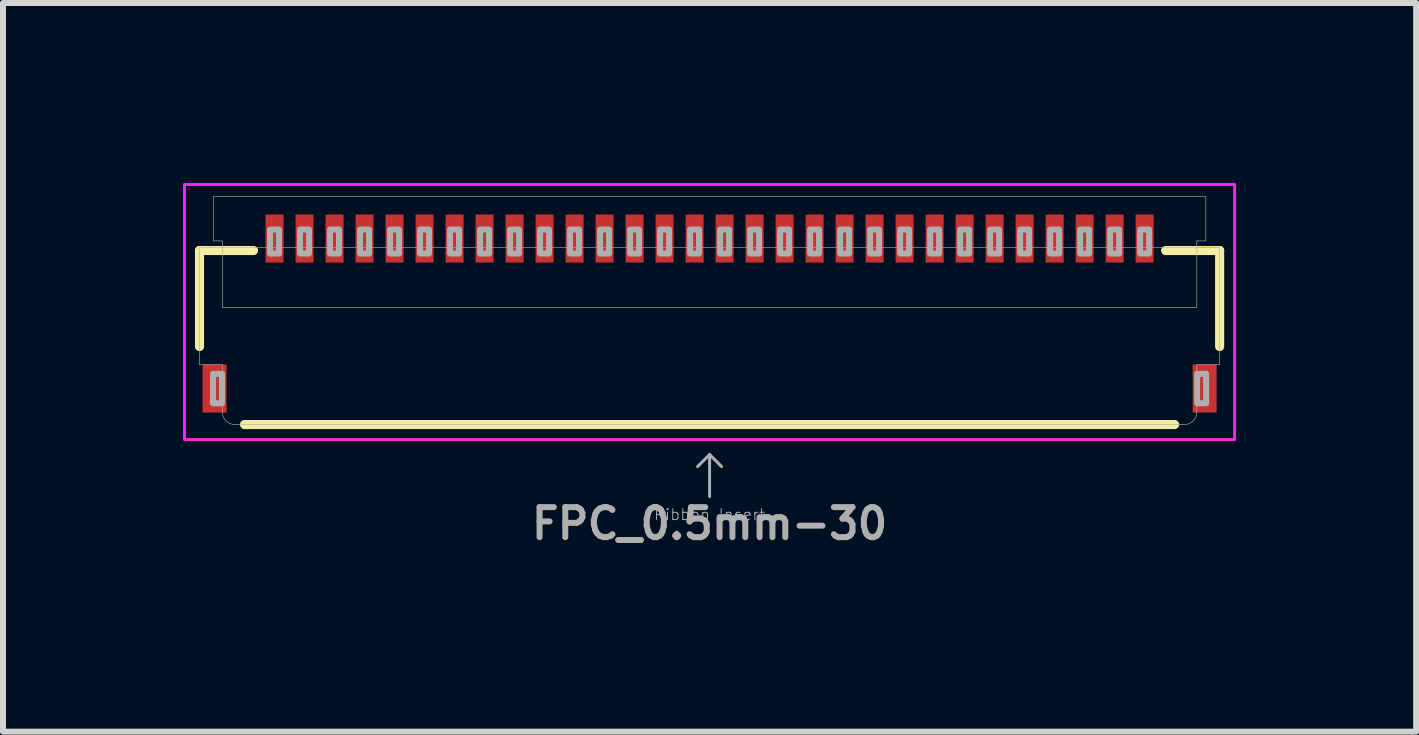
<source format=kicad_pcb>
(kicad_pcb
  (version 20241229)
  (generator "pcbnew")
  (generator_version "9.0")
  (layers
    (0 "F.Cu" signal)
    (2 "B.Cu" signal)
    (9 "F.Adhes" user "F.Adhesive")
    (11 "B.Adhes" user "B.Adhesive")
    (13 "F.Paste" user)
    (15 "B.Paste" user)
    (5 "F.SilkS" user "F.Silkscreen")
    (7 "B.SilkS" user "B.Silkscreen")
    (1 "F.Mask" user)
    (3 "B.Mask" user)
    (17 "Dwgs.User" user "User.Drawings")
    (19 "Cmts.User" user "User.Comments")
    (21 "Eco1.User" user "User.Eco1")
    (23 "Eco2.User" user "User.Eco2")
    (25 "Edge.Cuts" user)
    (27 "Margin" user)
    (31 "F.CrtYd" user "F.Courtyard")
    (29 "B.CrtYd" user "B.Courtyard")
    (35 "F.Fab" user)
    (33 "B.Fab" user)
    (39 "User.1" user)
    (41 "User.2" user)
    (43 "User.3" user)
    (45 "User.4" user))
  (footprint "FPC_0.5mm-30"
    (layer "F.Cu")
    (at 8.775 2.275)
    (property "Reference" "FPC_0.5mm-30" (at 0 3.4 0) (layer "F.Fab") (effects (font (size 0.5 0.5) (thickness 0.1) (bold yes))))
    (attr smd)
    (fp_line (start -8.5 -1.15) (end -8.5 0.45) (stroke (width 0.152) (type solid)) (layer "F.SilkS"))
    (fp_line (start -8.5 -1.15) (end -7.6 -1.15) (stroke (width 0.152) (type solid)) (layer "F.SilkS"))
    (fp_line (start -7.75 1.75) (end 7.75 1.75) (stroke (width 0.152) (type solid)) (layer "F.SilkS"))
    (fp_line (start 8.5 -1.15) (end 7.6 -1.15) (stroke (width 0.152) (type solid)) (layer "F.SilkS"))
    (fp_line (start 8.5 -1.15) (end 8.5 0.45) (stroke (width 0.152) (type solid)) (layer "F.SilkS"))
    (fp_poly (pts (xy -7.375 -1.025) (xy -7.125 -1.025) (xy -7.125 -1.675) (xy -7.375 -1.675)) (stroke (width 0) (type default)) (fill yes) (layer "F.Paste"))
    (fp_poly (pts (xy -6.875 -1.025) (xy -6.625 -1.025) (xy -6.625 -1.675) (xy -6.875 -1.675)) (stroke (width 0) (type default)) (fill yes) (layer "F.Paste"))
    (fp_poly (pts (xy -6.375 -1.025) (xy -6.125 -1.025) (xy -6.125 -1.675) (xy -6.375 -1.675)) (stroke (width 0) (type default)) (fill yes) (layer "F.Paste"))
    (fp_poly (pts (xy -5.875 -1.025) (xy -5.625 -1.025) (xy -5.625 -1.675) (xy -5.875 -1.675)) (stroke (width 0) (type default)) (fill yes) (layer "F.Paste"))
    (fp_poly (pts (xy -5.375 -1.025) (xy -5.125 -1.025) (xy -5.125 -1.675) (xy -5.375 -1.675)) (stroke (width 0) (type default)) (fill yes) (layer "F.Paste"))
    (fp_poly (pts (xy -4.875 -1.025) (xy -4.625 -1.025) (xy -4.625 -1.675) (xy -4.875 -1.675)) (stroke (width 0) (type default)) (fill yes) (layer "F.Paste"))
    (fp_poly (pts (xy -4.375 -1.025) (xy -4.125 -1.025) (xy -4.125 -1.675) (xy -4.375 -1.675)) (stroke (width 0) (type default)) (fill yes) (layer "F.Paste"))
    (fp_poly (pts (xy -3.875 -1.025) (xy -3.625 -1.025) (xy -3.625 -1.675) (xy -3.875 -1.675)) (stroke (width 0) (type default)) (fill yes) (layer "F.Paste"))
    (fp_poly (pts (xy -3.375 -1.025) (xy -3.125 -1.025) (xy -3.125 -1.675) (xy -3.375 -1.675)) (stroke (width 0) (type default)) (fill yes) (layer "F.Paste"))
    (fp_poly (pts (xy -2.875 -1.025) (xy -2.625 -1.025) (xy -2.625 -1.675) (xy -2.875 -1.675)) (stroke (width 0) (type default)) (fill yes) (layer "F.Paste"))
    (fp_poly (pts (xy -2.375 -1.025) (xy -2.125 -1.025) (xy -2.125 -1.675) (xy -2.375 -1.675)) (stroke (width 0) (type default)) (fill yes) (layer "F.Paste"))
    (fp_poly (pts (xy -1.875 -1.025) (xy -1.625 -1.025) (xy -1.625 -1.675) (xy -1.875 -1.675)) (stroke (width 0) (type default)) (fill yes) (layer "F.Paste"))
    (fp_poly (pts (xy -1.375 -1.025) (xy -1.125 -1.025) (xy -1.125 -1.675) (xy -1.375 -1.675)) (stroke (width 0) (type default)) (fill yes) (layer "F.Paste"))
    (fp_poly (pts (xy -0.875 -1.025) (xy -0.625 -1.025) (xy -0.625 -1.675) (xy -0.875 -1.675)) (stroke (width 0) (type default)) (fill yes) (layer "F.Paste"))
    (fp_poly (pts (xy -0.375 -1.025) (xy -0.125 -1.025) (xy -0.125 -1.675) (xy -0.375 -1.675)) (stroke (width 0) (type default)) (fill yes) (layer "F.Paste"))
    (fp_poly (pts (xy 0.125 -1.025) (xy 0.375 -1.025) (xy 0.375 -1.675) (xy 0.125 -1.675)) (stroke (width 0) (type default)) (fill yes) (layer "F.Paste"))
    (fp_poly (pts (xy 0.625 -1.025) (xy 0.875 -1.025) (xy 0.875 -1.675) (xy 0.625 -1.675)) (stroke (width 0) (type default)) (fill yes) (layer "F.Paste"))
    (fp_poly (pts (xy 1.125 -1.025) (xy 1.375 -1.025) (xy 1.375 -1.675) (xy 1.125 -1.675)) (stroke (width 0) (type default)) (fill yes) (layer "F.Paste"))
    (fp_poly (pts (xy 1.625 -1.025) (xy 1.875 -1.025) (xy 1.875 -1.675) (xy 1.625 -1.675)) (stroke (width 0) (type default)) (fill yes) (layer "F.Paste"))
    (fp_poly (pts (xy 2.125 -1.025) (xy 2.375 -1.025) (xy 2.375 -1.675) (xy 2.125 -1.675)) (stroke (width 0) (type default)) (fill yes) (layer "F.Paste"))
    (fp_poly (pts (xy 2.625 -1.025) (xy 2.875 -1.025) (xy 2.875 -1.675) (xy 2.625 -1.675)) (stroke (width 0) (type default)) (fill yes) (layer "F.Paste"))
    (fp_poly (pts (xy 3.125 -1.025) (xy 3.375 -1.025) (xy 3.375 -1.675) (xy 3.125 -1.675)) (stroke (width 0) (type default)) (fill yes) (layer "F.Paste"))
    (fp_poly (pts (xy 3.625 -1.025) (xy 3.875 -1.025) (xy 3.875 -1.675) (xy 3.625 -1.675)) (stroke (width 0) (type default)) (fill yes) (layer "F.Paste"))
    (fp_poly (pts (xy 4.125 -1.025) (xy 4.375 -1.025) (xy 4.375 -1.675) (xy 4.125 -1.675)) (stroke (width 0) (type default)) (fill yes) (layer "F.Paste"))
    (fp_poly (pts (xy 4.625 -1.025) (xy 4.875 -1.025) (xy 4.875 -1.675) (xy 4.625 -1.675)) (stroke (width 0) (type default)) (fill yes) (layer "F.Paste"))
    (fp_poly (pts (xy 5.125 -1.025) (xy 5.375 -1.025) (xy 5.375 -1.675) (xy 5.125 -1.675)) (stroke (width 0) (type default)) (fill yes) (layer "F.Paste"))
    (fp_poly (pts (xy 5.625 -1.025) (xy 5.875 -1.025) (xy 5.875 -1.675) (xy 5.625 -1.675)) (stroke (width 0) (type default)) (fill yes) (layer "F.Paste"))
    (fp_poly (pts (xy 6.125 -1.025) (xy 6.375 -1.025) (xy 6.375 -1.675) (xy 6.125 -1.675)) (stroke (width 0) (type default)) (fill yes) (layer "F.Paste"))
    (fp_poly (pts (xy 6.625 -1.025) (xy 6.875 -1.025) (xy 6.875 -1.675) (xy 6.625 -1.675)) (stroke (width 0) (type default)) (fill yes) (layer "F.Paste"))
    (fp_poly (pts (xy 7.125 -1.025) (xy 7.375 -1.025) (xy 7.375 -1.675) (xy 7.125 -1.675)) (stroke (width 0) (type default)) (fill yes) (layer "F.Paste"))
    (fp_rect (start -8.75 -2.25) (end 8.75 2) (stroke (width 0.05) (type default)) (fill no) (layer "F.CrtYd"))
    (fp_line (start -8.5 -1.2) (end -8.5 0.75) (stroke (width 0.01) (type solid)) (layer "F.Fab"))
    (fp_line (start -8.5 -1.2) (end -8.12 -1.2) (stroke (width 0.01) (type solid)) (layer "F.Fab"))
    (fp_line (start -8.27 -2.05) (end -8.27 -1.31) (stroke (width 0.01) (type solid)) (layer "F.Fab"))
    (fp_line (start -8.27 -2.05) (end 8.27 -2.05) (stroke (width 0.01) (type solid)) (layer "F.Fab"))
    (fp_line (start -8.12 -1.31) (end -8.27 -1.31) (stroke (width 0.01) (type solid)) (layer "F.Fab"))
    (fp_line (start -8.12 -1.2) (end -8.12 -1.31) (stroke (width 0.01) (type solid)) (layer "F.Fab"))
    (fp_line (start -8.12 -1.2) (end 8.5 -1.2) (stroke (width 0.01) (type solid)) (layer "F.Fab"))
    (fp_line (start -8.12 -0.2) (end -8.12 -1.2) (stroke (width 0.01) (type solid)) (layer "F.Fab"))
    (fp_line (start -8.12 -0.2) (end 8.12 -0.2) (stroke (width 0.01) (type solid)) (layer "F.Fab"))
    (fp_line (start -8.12 0.75) (end -8.5 0.75) (stroke (width 0.01) (type solid)) (layer "F.Fab"))
    (fp_line (start -8.12 1.55) (end -8.12 0.75) (stroke (width 0.01) (type solid)) (layer "F.Fab"))
    (fp_line (start 0 2.25) (end -0.2 2.45) (stroke (width 0.05) (type solid)) (layer "F.Fab"))
    (fp_line (start 0 2.25) (end 0.2 2.45) (stroke (width 0.05) (type solid)) (layer "F.Fab"))
    (fp_line (start 0 2.95) (end 0 2.25) (stroke (width 0.05) (type solid)) (layer "F.Fab"))
    (fp_line (start 7.91 1.75) (end -7.91 1.75) (stroke (width 0.01) (type solid)) (layer "F.Fab"))
    (fp_line (start 8.12 -1.31) (end 8.27 -1.31) (stroke (width 0.01) (type solid)) (layer "F.Fab"))
    (fp_line (start 8.12 -1.2) (end 8.12 -1.31) (stroke (width 0.01) (type solid)) (layer "F.Fab"))
    (fp_line (start 8.12 -1.2) (end 8.5 -1.2) (stroke (width 0.01) (type solid)) (layer "F.Fab"))
    (fp_line (start 8.12 -0.2) (end 8.12 -1.2) (stroke (width 0.01) (type solid)) (layer "F.Fab"))
    (fp_line (start 8.12 1.55) (end 8.12 0.75) (stroke (width 0.01) (type solid)) (layer "F.Fab"))
    (fp_line (start 8.27 -1.31) (end 8.27 -2.05) (stroke (width 0.01) (type solid)) (layer "F.Fab"))
    (fp_line (start 8.5 -1.2) (end 8.5 0.75) (stroke (width 0.01) (type solid)) (layer "F.Fab"))
    (fp_line (start 8.5 0.75) (end 8.12 0.75) (stroke (width 0.01) (type solid)) (layer "F.Fab"))
    (fp_arc (start -7.909999 1.749999) (mid -8.05542 1.692442) (end -8.12 1.55) (stroke (width 0.01) (type solid)) (layer "F.Fab"))
    (fp_arc (start 8.12 1.55) (mid 8.055409 1.692423) (end 7.909999 1.749999) (stroke (width 0.01) (type solid)) (layer "F.Fab"))
    (fp_poly (pts (xy -8.275 1.395) (xy -8.125 1.395) (xy -8.125 0.905) (xy -8.275 0.905)) (stroke (width 0.1) (type default)) (fill no) (layer "F.Fab"))
    (fp_poly (pts (xy -7.325 -1.1) (xy -7.175 -1.1) (xy -7.175 -1.5) (xy -7.325 -1.5)) (stroke (width 0.1) (type default)) (fill no) (layer "F.Fab"))
    (fp_poly (pts (xy -6.825 -1.1) (xy -6.675 -1.1) (xy -6.675 -1.5) (xy -6.825 -1.5)) (stroke (width 0.1) (type default)) (fill no) (layer "F.Fab"))
    (fp_poly (pts (xy -6.325 -1.1) (xy -6.175 -1.1) (xy -6.175 -1.5) (xy -6.325 -1.5)) (stroke (width 0.1) (type default)) (fill no) (layer "F.Fab"))
    (fp_poly (pts (xy -5.825 -1.1) (xy -5.675 -1.1) (xy -5.675 -1.5) (xy -5.825 -1.5)) (stroke (width 0.1) (type default)) (fill no) (layer "F.Fab"))
    (fp_poly (pts (xy -5.325 -1.1) (xy -5.175 -1.1) (xy -5.175 -1.5) (xy -5.325 -1.5)) (stroke (width 0.1) (type default)) (fill no) (layer "F.Fab"))
    (fp_poly (pts (xy -4.825 -1.1) (xy -4.675 -1.1) (xy -4.675 -1.5) (xy -4.825 -1.5)) (stroke (width 0.1) (type default)) (fill no) (layer "F.Fab"))
    (fp_poly (pts (xy -4.325 -1.1) (xy -4.175 -1.1) (xy -4.175 -1.5) (xy -4.325 -1.5)) (stroke (width 0.1) (type default)) (fill no) (layer "F.Fab"))
    (fp_poly (pts (xy -3.825 -1.1) (xy -3.675 -1.1) (xy -3.675 -1.5) (xy -3.825 -1.5)) (stroke (width 0.1) (type default)) (fill no) (layer "F.Fab"))
    (fp_poly (pts (xy -3.325 -1.1) (xy -3.175 -1.1) (xy -3.175 -1.5) (xy -3.325 -1.5)) (stroke (width 0.1) (type default)) (fill no) (layer "F.Fab"))
    (fp_poly (pts (xy -2.825 -1.1) (xy -2.675 -1.1) (xy -2.675 -1.5) (xy -2.825 -1.5)) (stroke (width 0.1) (type default)) (fill no) (layer "F.Fab"))
    (fp_poly (pts (xy -2.325 -1.1) (xy -2.175 -1.1) (xy -2.175 -1.5) (xy -2.325 -1.5)) (stroke (width 0.1) (type default)) (fill no) (layer "F.Fab"))
    (fp_poly (pts (xy -1.825 -1.1) (xy -1.675 -1.1) (xy -1.675 -1.5) (xy -1.825 -1.5)) (stroke (width 0.1) (type default)) (fill no) (layer "F.Fab"))
    (fp_poly (pts (xy -1.325 -1.1) (xy -1.175 -1.1) (xy -1.175 -1.5) (xy -1.325 -1.5)) (stroke (width 0.1) (type default)) (fill no) (layer "F.Fab"))
    (fp_poly (pts (xy -0.825 -1.1) (xy -0.675 -1.1) (xy -0.675 -1.5) (xy -0.825 -1.5)) (stroke (width 0.1) (type default)) (fill no) (layer "F.Fab"))
    (fp_poly (pts (xy -0.325 -1.1) (xy -0.175 -1.1) (xy -0.175 -1.5) (xy -0.325 -1.5)) (stroke (width 0.1) (type default)) (fill no) (layer "F.Fab"))
    (fp_poly (pts (xy 0.175 -1.1) (xy 0.325 -1.1) (xy 0.325 -1.5) (xy 0.175 -1.5)) (stroke (width 0.1) (type default)) (fill no) (layer "F.Fab"))
    (fp_poly (pts (xy 0.675 -1.1) (xy 0.825 -1.1) (xy 0.825 -1.5) (xy 0.675 -1.5)) (stroke (width 0.1) (type default)) (fill no) (layer "F.Fab"))
    (fp_poly (pts (xy 1.175 -1.1) (xy 1.325 -1.1) (xy 1.325 -1.5) (xy 1.175 -1.5)) (stroke (width 0.1) (type default)) (fill no) (layer "F.Fab"))
    (fp_poly (pts (xy 1.675 -1.1) (xy 1.825 -1.1) (xy 1.825 -1.5) (xy 1.675 -1.5)) (stroke (width 0.1) (type default)) (fill no) (layer "F.Fab"))
    (fp_poly (pts (xy 2.175 -1.1) (xy 2.325 -1.1) (xy 2.325 -1.5) (xy 2.175 -1.5)) (stroke (width 0.1) (type default)) (fill no) (layer "F.Fab"))
    (fp_poly (pts (xy 2.675 -1.1) (xy 2.825 -1.1) (xy 2.825 -1.5) (xy 2.675 -1.5)) (stroke (width 0.1) (type default)) (fill no) (layer "F.Fab"))
    (fp_poly (pts (xy 3.175 -1.1) (xy 3.325 -1.1) (xy 3.325 -1.5) (xy 3.175 -1.5)) (stroke (width 0.1) (type default)) (fill no) (layer "F.Fab"))
    (fp_poly (pts (xy 3.675 -1.1) (xy 3.825 -1.1) (xy 3.825 -1.5) (xy 3.675 -1.5)) (stroke (width 0.1) (type default)) (fill no) (layer "F.Fab"))
    (fp_poly (pts (xy 4.175 -1.1) (xy 4.325 -1.1) (xy 4.325 -1.5) (xy 4.175 -1.5)) (stroke (width 0.1) (type default)) (fill no) (layer "F.Fab"))
    (fp_poly (pts (xy 4.675 -1.1) (xy 4.825 -1.1) (xy 4.825 -1.5) (xy 4.675 -1.5)) (stroke (width 0.1) (type default)) (fill no) (layer "F.Fab"))
    (fp_poly (pts (xy 5.175 -1.1) (xy 5.325 -1.1) (xy 5.325 -1.5) (xy 5.175 -1.5)) (stroke (width 0.1) (type default)) (fill no) (layer "F.Fab"))
    (fp_poly (pts (xy 5.675 -1.1) (xy 5.825 -1.1) (xy 5.825 -1.5) (xy 5.675 -1.5)) (stroke (width 0.1) (type default)) (fill no) (layer "F.Fab"))
    (fp_poly (pts (xy 6.175 -1.1) (xy 6.325 -1.1) (xy 6.325 -1.5) (xy 6.175 -1.5)) (stroke (width 0.1) (type default)) (fill no) (layer "F.Fab"))
    (fp_poly (pts (xy 6.675 -1.1) (xy 6.825 -1.1) (xy 6.825 -1.5) (xy 6.675 -1.5)) (stroke (width 0.1) (type default)) (fill no) (layer "F.Fab"))
    (fp_poly (pts (xy 7.175 -1.1) (xy 7.325 -1.1) (xy 7.325 -1.5) (xy 7.175 -1.5)) (stroke (width 0.1) (type default)) (fill no) (layer "F.Fab"))
    (fp_poly (pts (xy 8.125 1.395) (xy 8.275 1.395) (xy 8.275 0.905) (xy 8.125 0.905)) (stroke (width 0.1) (type default)) (fill no) (layer "F.Fab"))
    (fp_text user "Ribbon Insert" (at 0 3.25 0) (layer "F.Fab") (effects (font (size 0.184 0.184) (thickness 0.016))))
    (pad "1" smd rect (at -7.25 -1.35) (size 0.3 0.8) (layers "F.Cu" "F.Mask"))
    (pad "2" smd rect (at -6.75 -1.35) (size 0.3 0.8) (layers "F.Cu" "F.Mask"))
    (pad "3" smd rect (at -6.25 -1.35) (size 0.3 0.8) (layers "F.Cu" "F.Mask"))
    (pad "4" smd rect (at -5.75 -1.35) (size 0.3 0.8) (layers "F.Cu" "F.Mask"))
    (pad "5" smd rect (at -5.25 -1.35) (size 0.3 0.8) (layers "F.Cu" "F.Mask"))
    (pad "6" smd rect (at -4.75 -1.35) (size 0.3 0.8) (layers "F.Cu" "F.Mask"))
    (pad "7" smd rect (at -4.25 -1.35) (size 0.3 0.8) (layers "F.Cu" "F.Mask"))
    (pad "8" smd rect (at -3.75 -1.35) (size 0.3 0.8) (layers "F.Cu" "F.Mask"))
    (pad "9" smd rect (at -3.25 -1.35) (size 0.3 0.8) (layers "F.Cu" "F.Mask"))
    (pad "10" smd rect (at -2.75 -1.35) (size 0.3 0.8) (layers "F.Cu" "F.Mask"))
    (pad "11" smd rect (at -2.25 -1.35) (size 0.3 0.8) (layers "F.Cu" "F.Mask"))
    (pad "12" smd rect (at -1.75 -1.35) (size 0.3 0.8) (layers "F.Cu" "F.Mask"))
    (pad "13" smd rect (at -1.25 -1.35) (size 0.3 0.8) (layers "F.Cu" "F.Mask"))
    (pad "14" smd rect (at -0.75 -1.35) (size 0.3 0.8) (layers "F.Cu" "F.Mask"))
    (pad "15" smd rect (at -0.25 -1.35) (size 0.3 0.8) (layers "F.Cu" "F.Mask"))
    (pad "16" smd rect (at 0.25 -1.35) (size 0.3 0.8) (layers "F.Cu" "F.Mask"))
    (pad "17" smd rect (at 0.75 -1.35) (size 0.3 0.8) (layers "F.Cu" "F.Mask"))
    (pad "18" smd rect (at 1.25 -1.35) (size 0.3 0.8) (layers "F.Cu" "F.Mask"))
    (pad "19" smd rect (at 1.75 -1.35) (size 0.3 0.8) (layers "F.Cu" "F.Mask"))
    (pad "20" smd rect (at 2.25 -1.35) (size 0.3 0.8) (layers "F.Cu" "F.Mask"))
    (pad "21" smd rect (at 2.75 -1.35) (size 0.3 0.8) (layers "F.Cu" "F.Mask"))
    (pad "22" smd rect (at 3.25 -1.35) (size 0.3 0.8) (layers "F.Cu" "F.Mask"))
    (pad "23" smd rect (at 3.75 -1.35) (size 0.3 0.8) (layers "F.Cu" "F.Mask"))
    (pad "24" smd rect (at 4.25 -1.35) (size 0.3 0.8) (layers "F.Cu" "F.Mask"))
    (pad "25" smd rect (at 4.75 -1.35) (size 0.3 0.8) (layers "F.Cu" "F.Mask"))
    (pad "26" smd rect (at 5.25 -1.35) (size 0.3 0.8) (layers "F.Cu" "F.Mask"))
    (pad "27" smd rect (at 5.75 -1.35) (size 0.3 0.8) (layers "F.Cu" "F.Mask"))
    (pad "28" smd rect (at 6.25 -1.35) (size 0.3 0.8) (layers "F.Cu" "F.Mask"))
    (pad "29" smd rect (at 6.75 -1.35) (size 0.3 0.8) (layers "F.Cu" "F.Mask"))
    (pad "30" smd rect (at 7.25 -1.35) (size 0.3 0.8) (layers "F.Cu" "F.Mask"))
    (pad "MP1" smd rect (at -8.25 1.15) (size 0.4 0.8) (layers "F.Cu" "F.Mask" "F.Paste"))
    (pad "MP2" smd rect (at 8.25 1.15) (size 0.4 0.8) (layers "F.Cu" "F.Mask" "F.Paste")))
  (gr_rect
    (start -3 -3)
    (end 20.55 9.143)
    (stroke (width 0.1) (type default))
    (fill no)
    (layer "Edge.Cuts")))
</source>
